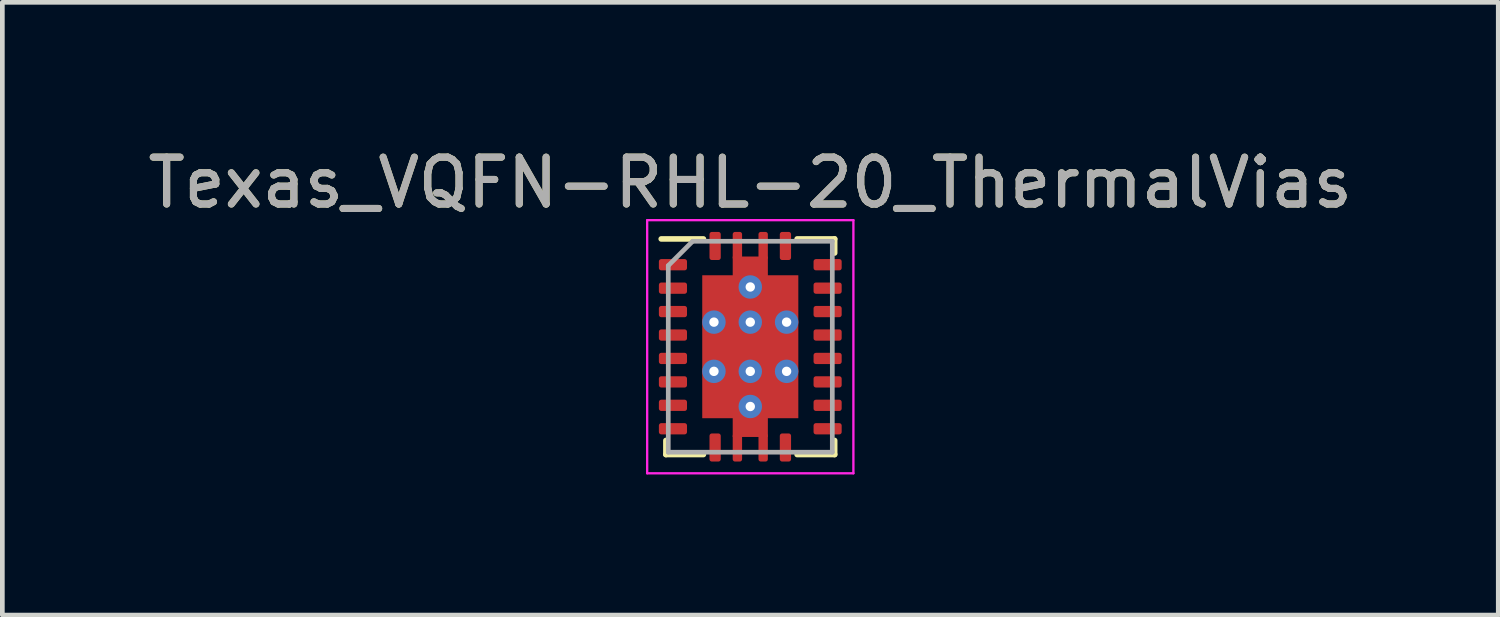
<source format=kicad_pcb>
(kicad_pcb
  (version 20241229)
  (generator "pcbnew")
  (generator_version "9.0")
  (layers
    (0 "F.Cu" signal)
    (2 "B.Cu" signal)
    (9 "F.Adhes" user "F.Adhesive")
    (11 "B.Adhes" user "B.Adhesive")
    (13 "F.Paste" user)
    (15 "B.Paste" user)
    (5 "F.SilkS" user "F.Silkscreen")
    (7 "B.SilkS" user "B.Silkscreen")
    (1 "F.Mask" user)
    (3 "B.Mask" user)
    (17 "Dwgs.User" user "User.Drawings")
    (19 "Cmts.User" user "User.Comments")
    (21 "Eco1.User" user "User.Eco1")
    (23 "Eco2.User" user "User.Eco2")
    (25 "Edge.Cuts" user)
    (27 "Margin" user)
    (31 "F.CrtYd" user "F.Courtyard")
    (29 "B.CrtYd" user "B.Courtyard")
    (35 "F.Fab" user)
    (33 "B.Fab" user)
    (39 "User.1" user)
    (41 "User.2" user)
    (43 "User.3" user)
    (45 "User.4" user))
  (footprint "Texas_VQFN-RHL-20_ThermalVias"
    (layer "F.Cu")
    (at 12.958 4.348)
    (property "Reference" "Texas_VQFN-RHL-20_ThermalVias" (at 0 -3.5 0) (layer "F.SilkS") (effects (font (size 1 1) (thickness 0.15))))
    (attr smd)
    (fp_line (start -1.9 -2.3) (end -1 -2.3) (stroke (width 0.12) (type solid)) (layer "F.SilkS"))
    (fp_line (start -1.8 2) (end -1.8 2.3) (stroke (width 0.12) (type solid)) (layer "F.SilkS"))
    (fp_line (start -1.8 2.3) (end -1 2.3) (stroke (width 0.12) (type solid)) (layer "F.SilkS"))
    (fp_line (start 1 -2.3) (end 1.8 -2.3) (stroke (width 0.12) (type solid)) (layer "F.SilkS"))
    (fp_line (start 1 2.3) (end 1.8 2.3) (stroke (width 0.12) (type solid)) (layer "F.SilkS"))
    (fp_line (start 1.8 -2.3) (end 1.8 -2) (stroke (width 0.12) (type solid)) (layer "F.SilkS"))
    (fp_line (start 1.8 2) (end 1.8 2.3) (stroke (width 0.12) (type solid)) (layer "F.SilkS"))
    (fp_line (start -2.2 -2.7) (end -2.2 2.7) (stroke (width 0.05) (type solid)) (layer "F.CrtYd"))
    (fp_line (start -2.2 -2.7) (end 2.2 -2.7) (stroke (width 0.05) (type solid)) (layer "F.CrtYd"))
    (fp_line (start -2.2 2.7) (end 2.2 2.7) (stroke (width 0.05) (type solid)) (layer "F.CrtYd"))
    (fp_line (start 2.2 -2.7) (end 2.2 2.7) (stroke (width 0.05) (type solid)) (layer "F.CrtYd"))
    (fp_line (start -1.75 -1.73) (end -1.75 2.25) (stroke (width 0.1) (type solid)) (layer "F.Fab"))
    (fp_line (start -1.75 -1.73) (end -1.23 -2.25) (stroke (width 0.1) (type solid)) (layer "F.Fab"))
    (fp_line (start -1.75 2.25) (end 1.75 2.25) (stroke (width 0.1) (type solid)) (layer "F.Fab"))
    (fp_line (start -1.23 -2.25) (end 1.75 -2.25) (stroke (width 0.1) (type solid)) (layer "F.Fab"))
    (fp_line (start 1.75 -2.25) (end 1.75 2.25) (stroke (width 0.1) (type solid)) (layer "F.Fab"))
    (fp_text user "${REFERENCE}" (at 0 -3.5 0) (layer "F.Fab") (effects (font (size 1 1) (thickness 0.15))))
    (pad "" smd rect (at -0.56 -1.05) (size 0.92 0.85) (layers "F.Paste"))
    (pad "" smd rect (at -0.56 0) (size 0.92 0.85) (layers "F.Paste"))
    (pad "" smd rect (at -0.56 1.05) (size 0.92 0.85) (layers "F.Paste"))
    (pad "" smd rect (at 0 -1.8) (size 0.75 0.25) (layers "F.Paste"))
    (pad "" smd rect (at 0 1.8) (size 0.75 0.25) (layers "F.Paste"))
    (pad "" smd rect (at 0.56 -1.05) (size 0.92 0.85) (layers "F.Paste"))
    (pad "" smd rect (at 0.56 0) (size 0.92 0.85) (layers "F.Paste"))
    (pad "" smd rect (at 0.56 1.05) (size 0.92 0.85) (layers "F.Paste"))
    (pad "1" smd roundrect (at -0.75 -2.15) (size 0.24 0.6) (layers "F.Cu" "F.Mask" "F.Paste") (roundrect_rratio 0.21))
    (pad "2" smd roundrect (at -1.65 -1.75) (size 0.6 0.24) (layers "F.Cu" "F.Mask" "F.Paste") (roundrect_rratio 0.21))
    (pad "3" smd roundrect (at -1.65 -1.25) (size 0.6 0.24) (layers "F.Cu" "F.Mask" "F.Paste") (roundrect_rratio 0.21))
    (pad "4" smd roundrect (at -1.65 -0.75) (size 0.6 0.24) (layers "F.Cu" "F.Mask" "F.Paste") (roundrect_rratio 0.21))
    (pad "5" smd roundrect (at -1.65 -0.25) (size 0.6 0.24) (layers "F.Cu" "F.Mask" "F.Paste") (roundrect_rratio 0.21))
    (pad "6" smd roundrect (at -1.65 0.25) (size 0.6 0.24) (layers "F.Cu" "F.Mask" "F.Paste") (roundrect_rratio 0.21))
    (pad "7" smd roundrect (at -1.65 0.75) (size 0.6 0.24) (layers "F.Cu" "F.Mask" "F.Paste") (roundrect_rratio 0.21))
    (pad "8" smd roundrect (at -1.65 1.25) (size 0.6 0.24) (layers "F.Cu" "F.Mask" "F.Paste") (roundrect_rratio 0.21))
    (pad "9" smd roundrect (at -1.65 1.75) (size 0.6 0.24) (layers "F.Cu" "F.Mask" "F.Paste") (roundrect_rratio 0.21))
    (pad "10" smd roundrect (at -0.75 2.15) (size 0.24 0.6) (layers "F.Cu" "F.Mask" "F.Paste") (roundrect_rratio 0.21))
    (pad "11" smd roundrect (at 0.75 2.15) (size 0.24 0.6) (layers "F.Cu" "F.Mask" "F.Paste") (roundrect_rratio 0.21))
    (pad "12" smd roundrect (at 1.65 1.75) (size 0.6 0.24) (layers "F.Cu" "F.Mask" "F.Paste") (roundrect_rratio 0.21))
    (pad "13" smd roundrect (at 1.65 1.25) (size 0.6 0.24) (layers "F.Cu" "F.Mask" "F.Paste") (roundrect_rratio 0.21))
    (pad "14" smd roundrect (at 1.65 0.75) (size 0.6 0.24) (layers "F.Cu" "F.Mask" "F.Paste") (roundrect_rratio 0.21))
    (pad "15" smd roundrect (at 1.65 0.25) (size 0.6 0.24) (layers "F.Cu" "F.Mask" "F.Paste") (roundrect_rratio 0.21))
    (pad "16" smd roundrect (at 1.65 -0.25) (size 0.6 0.24) (layers "F.Cu" "F.Mask" "F.Paste") (roundrect_rratio 0.21))
    (pad "17" smd roundrect (at 1.65 -0.75) (size 0.6 0.24) (layers "F.Cu" "F.Mask" "F.Paste") (roundrect_rratio 0.21))
    (pad "18" smd roundrect (at 1.65 -1.25) (size 0.6 0.24) (layers "F.Cu" "F.Mask" "F.Paste") (roundrect_rratio 0.21))
    (pad "19" smd roundrect (at 1.65 -1.75) (size 0.6 0.24) (layers "F.Cu" "F.Mask" "F.Paste") (roundrect_rratio 0.21))
    (pad "20" smd roundrect (at 0.75 -2.15) (size 0.24 0.6) (layers "F.Cu" "F.Mask" "F.Paste") (roundrect_rratio 0.21))
    (pad "21" thru_hole circle (at -0.775 -0.525) (size 0.5 0.5) (drill 0.2) (layers "*.Cu"))
    (pad "21" thru_hole circle (at -0.775 0.525) (size 0.5 0.5) (drill 0.2) (layers "*.Cu"))
    (pad "21" smd roundrect (at -0.275 -2.15) (size 0.2 0.6) (layers "F.Cu" "F.Mask" "F.Paste") (roundrect_rratio 0.25))
    (pad "21" smd roundrect (at -0.275 2.15) (size 0.2 0.6) (layers "F.Cu" "F.Mask" "F.Paste") (roundrect_rratio 0.25))
    (pad "21" thru_hole circle (at 0 -1.275) (size 0.5 0.5) (drill 0.2) (layers "*.Cu"))
    (pad "21" thru_hole circle (at 0 -0.525) (size 0.5 0.5) (drill 0.2) (layers "*.Cu"))
    (pad "21" smd custom (at 0 0) (size 1.524 1.524) (layers "F.Cu" "F.Mask") (options (anchor rect)) (primitives (gr_poly (pts (xy 0.375 -1.525) (xy 1.025 -1.525) (xy 1.025 1.525) (xy 0.375 1.525) (xy 0.375 1.925) (xy -0.375 1.925) (xy -0.375 1.525) (xy -1.025 1.525) (xy -1.025 -1.525) (xy -0.375 -1.525) (xy -0.375 -1.925) (xy 0.375 -1.925)) (width 0) (fill yes))))
    (pad "21" thru_hole circle (at 0 0.525) (size 0.5 0.5) (drill 0.2) (layers "*.Cu"))
    (pad "21" thru_hole circle (at 0 1.275) (size 0.5 0.5) (drill 0.2) (layers "*.Cu"))
    (pad "21" smd roundrect (at 0.275 -2.15) (size 0.2 0.6) (layers "F.Cu" "F.Mask" "F.Paste") (roundrect_rratio 0.25))
    (pad "21" smd roundrect (at 0.275 2.15) (size 0.2 0.6) (layers "F.Cu" "F.Mask" "F.Paste") (roundrect_rratio 0.25))
    (pad "21" thru_hole circle (at 0.775 -0.525) (size 0.5 0.5) (drill 0.2) (layers "*.Cu"))
    (pad "21" thru_hole circle (at 0.775 0.525) (size 0.5 0.5) (drill 0.2) (layers "*.Cu")))
  (gr_rect
    (start -3 -3)
    (end 28.917 10.073)
    (stroke (width 0.1) (type default))
    (fill no)
    (layer "Edge.Cuts")))
</source>
